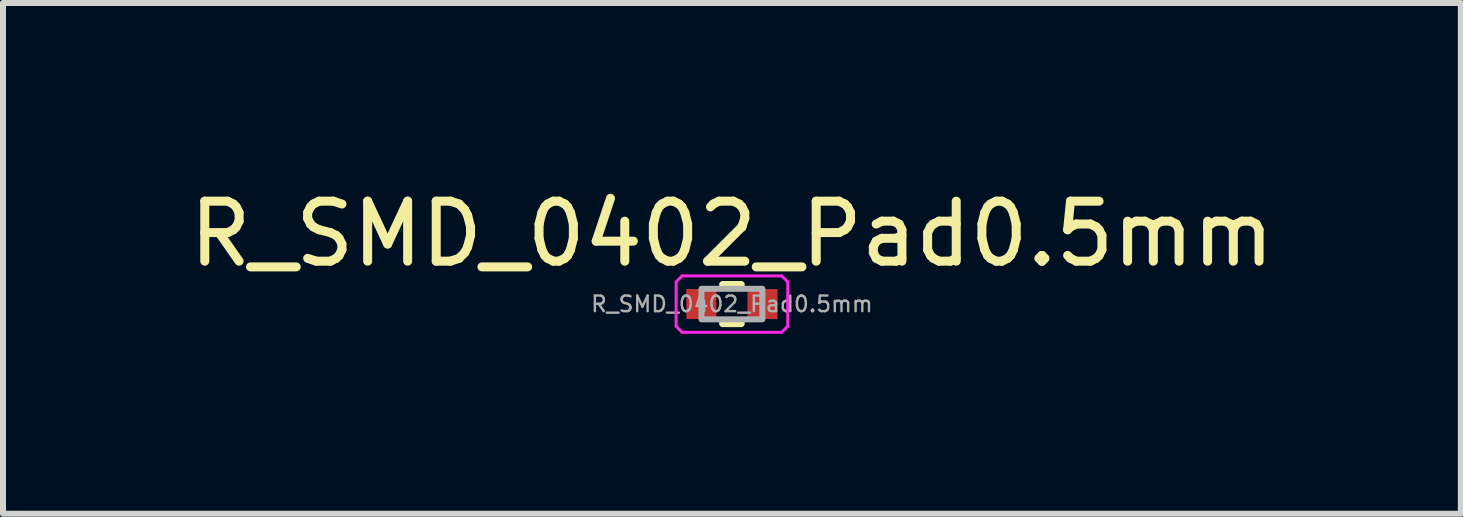
<source format=kicad_pcb>
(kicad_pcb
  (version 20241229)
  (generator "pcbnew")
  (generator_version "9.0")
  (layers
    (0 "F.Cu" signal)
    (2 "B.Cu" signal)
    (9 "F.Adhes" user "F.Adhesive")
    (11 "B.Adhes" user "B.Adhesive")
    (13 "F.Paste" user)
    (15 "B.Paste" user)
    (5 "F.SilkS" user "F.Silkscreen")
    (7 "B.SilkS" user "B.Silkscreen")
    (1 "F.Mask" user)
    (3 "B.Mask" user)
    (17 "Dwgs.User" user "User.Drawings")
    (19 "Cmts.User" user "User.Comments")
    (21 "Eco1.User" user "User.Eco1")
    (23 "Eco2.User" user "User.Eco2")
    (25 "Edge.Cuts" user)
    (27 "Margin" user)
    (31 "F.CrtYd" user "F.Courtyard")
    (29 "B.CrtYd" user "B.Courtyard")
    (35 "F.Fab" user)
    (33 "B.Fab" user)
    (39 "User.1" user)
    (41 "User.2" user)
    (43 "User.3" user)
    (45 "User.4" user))
  (footprint "R_SMD_0402_Pad0.5mm"
    (layer "F.Cu")
    (at 9.149 2.018)
    (property "Reference" "R_SMD_0402_Pad0.5mm" (at 0 -1.17 0) (layer "F.SilkS") (effects (font (size 1 1) (thickness 0.15))))
    (attr smd)
    (fp_line (start -0.154 -0.324) (end 0.154 -0.324) (stroke (width 0.12) (type solid)) (layer "F.SilkS"))
    (fp_line (start -0.154 0.324) (end 0.154 0.324) (stroke (width 0.12) (type solid)) (layer "F.SilkS"))
    (fp_line (start -0.93 -0.37) (end -0.83 -0.47) (stroke (width 0.05) (type solid)) (layer "F.CrtYd"))
    (fp_line (start -0.93 0.37) (end -0.93 -0.37) (stroke (width 0.05) (type solid)) (layer "F.CrtYd"))
    (fp_line (start -0.93 0.37) (end -0.83 0.47) (stroke (width 0.05) (type solid)) (layer "F.CrtYd"))
    (fp_line (start -0.83 -0.47) (end 0.83 -0.47) (stroke (width 0.05) (type solid)) (layer "F.CrtYd"))
    (fp_line (start 0.83 0.47) (end -0.83 0.47) (stroke (width 0.05) (type solid)) (layer "F.CrtYd"))
    (fp_line (start 0.83 0.47) (end 0.93 0.37) (stroke (width 0.05) (type solid)) (layer "F.CrtYd"))
    (fp_line (start 0.93 -0.37) (end 0.83 -0.47) (stroke (width 0.05) (type solid)) (layer "F.CrtYd"))
    (fp_line (start 0.93 -0.37) (end 0.93 0.37) (stroke (width 0.05) (type solid)) (layer "F.CrtYd"))
    (fp_rect (start -0.508 -0.254) (end 0.508 0.254) (stroke (width 0.1) (type solid)) (fill no) (layer "F.Fab"))
    (fp_text user "${REFERENCE}" (at 0 0 0) (layer "F.Fab") (effects (font (size 0.26 0.26) (thickness 0.04))))
    (pad "1" smd rect (at -0.51 0) (size 0.5 0.5) (layers "F.Cu" "F.Mask" "F.Paste"))
    (pad "2" smd rect (at 0.51 0) (size 0.5 0.5) (layers "F.Cu" "F.Mask" "F.Paste")))
  (gr_rect
    (start -3 -3)
    (end 21.298 5.513)
    (stroke (width 0.1) (type default))
    (fill no)
    (layer "Edge.Cuts")))
</source>
